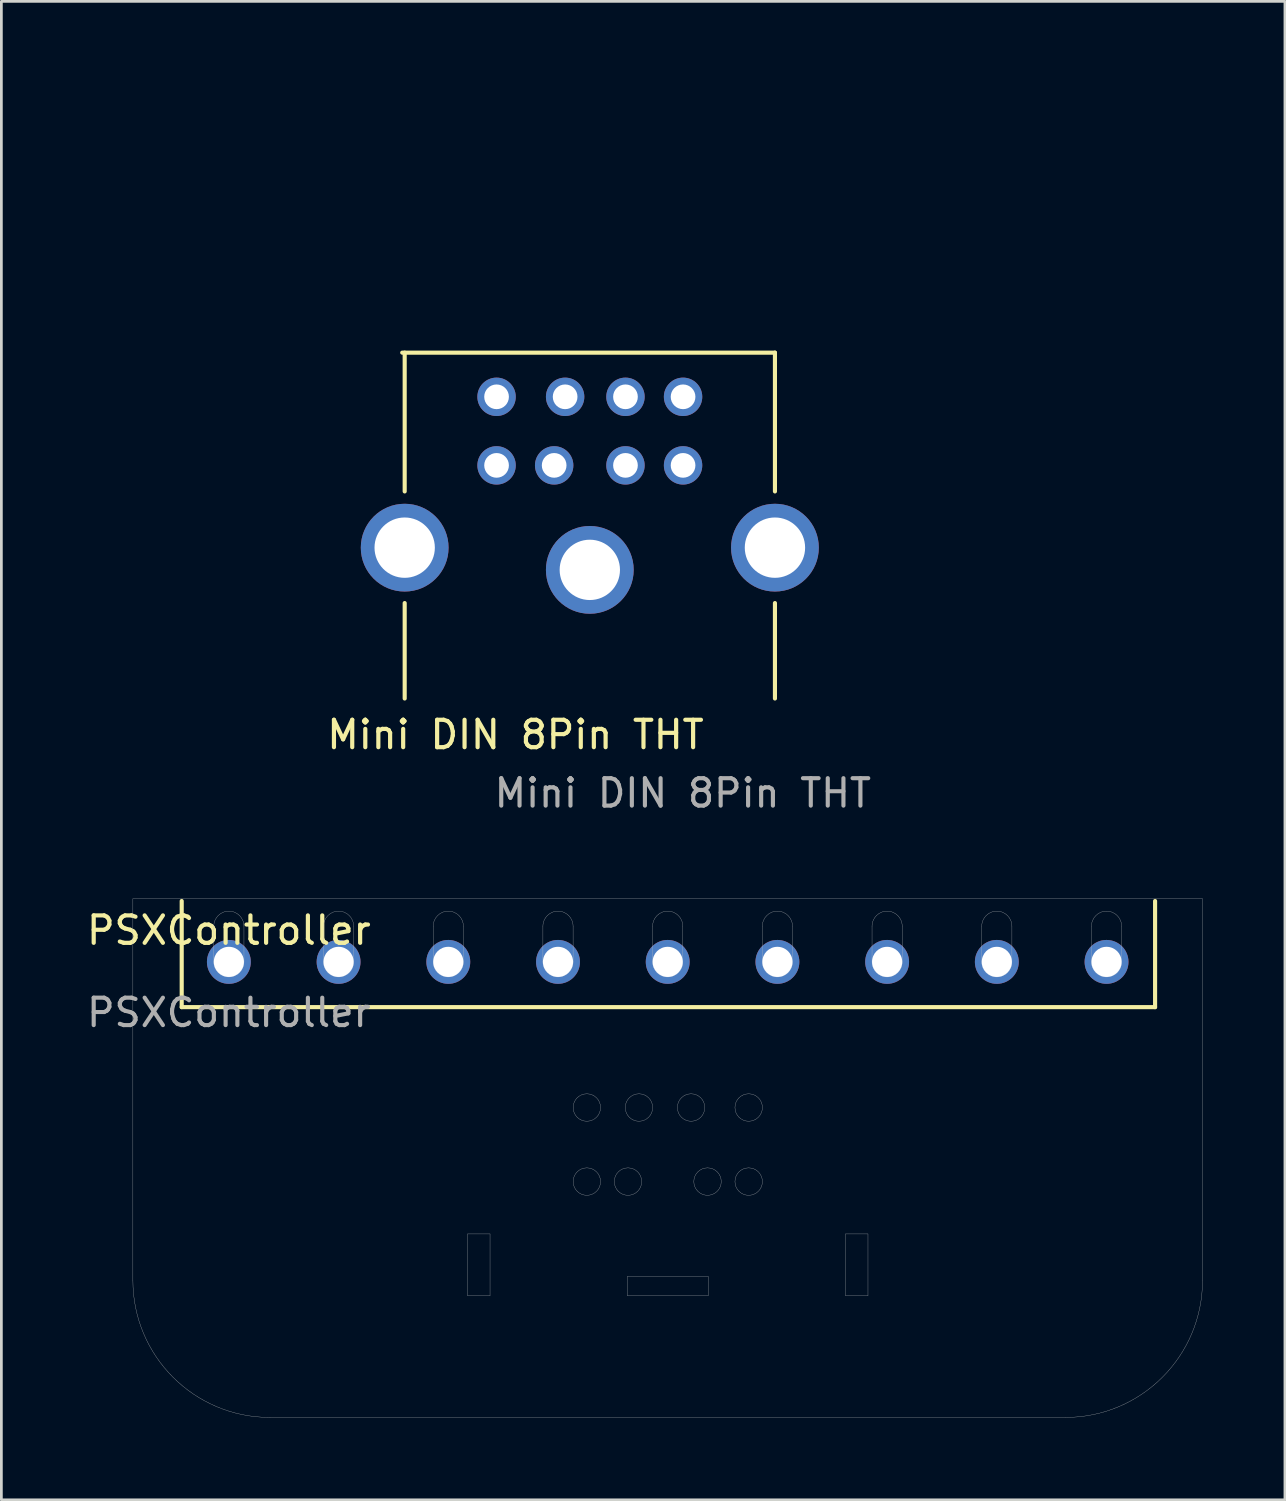
<source format=kicad_pcb>
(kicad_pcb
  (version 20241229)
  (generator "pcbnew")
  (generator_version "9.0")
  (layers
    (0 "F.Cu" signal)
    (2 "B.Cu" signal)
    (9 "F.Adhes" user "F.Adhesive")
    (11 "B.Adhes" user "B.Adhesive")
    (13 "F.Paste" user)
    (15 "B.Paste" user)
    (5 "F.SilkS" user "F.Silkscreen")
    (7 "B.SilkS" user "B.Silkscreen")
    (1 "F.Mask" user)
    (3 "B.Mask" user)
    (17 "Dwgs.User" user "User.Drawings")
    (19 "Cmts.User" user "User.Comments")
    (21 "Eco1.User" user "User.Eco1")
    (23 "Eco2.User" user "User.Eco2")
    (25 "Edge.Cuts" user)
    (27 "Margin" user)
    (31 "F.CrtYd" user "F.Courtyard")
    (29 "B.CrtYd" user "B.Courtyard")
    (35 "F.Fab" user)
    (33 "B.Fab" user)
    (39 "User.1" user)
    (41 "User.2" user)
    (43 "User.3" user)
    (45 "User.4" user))
  (footprint "PSXController"
    (layer "F.Cu")
    (at 5.295 31.371)
    (property "Reference" "PSXController" (at 0 -0.5 0) (unlocked yes) (layer "F.SilkS") (effects (font (size 1 1) (thickness 0.152))))
    (attr through_hole)
    (fp_line (start -1.72 -1.57) (end -1.72 2.3) (stroke (width 0.15) (type default)) (layer "F.SilkS"))
    (fp_line (start -1.72 2.3) (end 33.77 2.3) (stroke (width 0.15) (type default)) (layer "F.SilkS"))
    (fp_line (start 33.77 2.3) (end 33.77 -1.57) (stroke (width 0.15) (type default)) (layer "F.SilkS"))
    (fp_line (start -3.5 -1.65) (end -3.5 12.26) (stroke (width 0.01) (type default)) (layer "Dwgs.User"))
    (fp_line (start -0.55 0.65) (end -0.55 -0.65) (stroke (width 0.01) (type default)) (layer "Dwgs.User"))
    (fp_line (start 0.55 -0.65) (end 0.55 0.65) (stroke (width 0.01) (type default)) (layer "Dwgs.User"))
    (fp_line (start 1.5 17.26) (end 30.5 17.26) (stroke (width 0.01) (type default)) (layer "Dwgs.User"))
    (fp_line (start 3.45 0.65) (end 3.45 -0.65) (stroke (width 0.01) (type default)) (layer "Dwgs.User"))
    (fp_line (start 4.55 -0.65) (end 4.55 0.65) (stroke (width 0.01) (type default)) (layer "Dwgs.User"))
    (fp_line (start 7.45 0.65) (end 7.45 -0.65) (stroke (width 0.01) (type default)) (layer "Dwgs.User"))
    (fp_line (start 8.55 -0.65) (end 8.55 0.65) (stroke (width 0.01) (type default)) (layer "Dwgs.User"))
    (fp_line (start 8.702 10.57) (end 9.522 10.57) (stroke (width 0.01) (type default)) (layer "Dwgs.User"))
    (fp_line (start 8.702 12.82) (end 8.702 10.57) (stroke (width 0.01) (type default)) (layer "Dwgs.User"))
    (fp_line (start 9.522 10.57) (end 9.522 12.82) (stroke (width 0.01) (type default)) (layer "Dwgs.User"))
    (fp_line (start 9.522 12.82) (end 8.702 12.82) (stroke (width 0.01) (type default)) (layer "Dwgs.User"))
    (fp_line (start 11.45 0.65) (end 11.45 -0.65) (stroke (width 0.01) (type default)) (layer "Dwgs.User"))
    (fp_line (start 12.55 -0.65) (end 12.55 0.65) (stroke (width 0.01) (type default)) (layer "Dwgs.User"))
    (fp_line (start 14.527 12.12) (end 17.477 12.12) (stroke (width 0.01) (type default)) (layer "Dwgs.User"))
    (fp_line (start 14.527 12.82) (end 14.527 12.12) (stroke (width 0.01) (type default)) (layer "Dwgs.User"))
    (fp_line (start 15.45 0.65) (end 15.45 -0.65) (stroke (width 0.01) (type default)) (layer "Dwgs.User"))
    (fp_line (start 16.55 -0.65) (end 16.55 0.65) (stroke (width 0.01) (type default)) (layer "Dwgs.User"))
    (fp_line (start 17.477 12.12) (end 17.477 12.82) (stroke (width 0.01) (type default)) (layer "Dwgs.User"))
    (fp_line (start 17.477 12.82) (end 14.527 12.82) (stroke (width 0.01) (type default)) (layer "Dwgs.User"))
    (fp_line (start 19.45 0.65) (end 19.45 -0.65) (stroke (width 0.01) (type default)) (layer "Dwgs.User"))
    (fp_line (start 20.55 -0.65) (end 20.55 0.65) (stroke (width 0.01) (type default)) (layer "Dwgs.User"))
    (fp_line (start 22.482 10.57) (end 23.302 10.57) (stroke (width 0.01) (type default)) (layer "Dwgs.User"))
    (fp_line (start 22.482 12.82) (end 22.482 10.57) (stroke (width 0.01) (type default)) (layer "Dwgs.User"))
    (fp_line (start 23.302 10.57) (end 23.302 12.82) (stroke (width 0.01) (type default)) (layer "Dwgs.User"))
    (fp_line (start 23.302 12.82) (end 22.482 12.82) (stroke (width 0.01) (type default)) (layer "Dwgs.User"))
    (fp_line (start 23.45 0.65) (end 23.45 -0.65) (stroke (width 0.01) (type default)) (layer "Dwgs.User"))
    (fp_line (start 24.55 -0.65) (end 24.55 0.65) (stroke (width 0.01) (type default)) (layer "Dwgs.User"))
    (fp_line (start 27.45 0.65) (end 27.45 -0.65) (stroke (width 0.01) (type default)) (layer "Dwgs.User"))
    (fp_line (start 28.55 -0.65) (end 28.55 0.65) (stroke (width 0.01) (type default)) (layer "Dwgs.User"))
    (fp_line (start 31.45 0.65) (end 31.45 -0.65) (stroke (width 0.01) (type default)) (layer "Dwgs.User"))
    (fp_line (start 32.55 -0.65) (end 32.55 0.65) (stroke (width 0.01) (type default)) (layer "Dwgs.User"))
    (fp_line (start 35.5 -1.65) (end -3.5 -1.65) (stroke (width 0.01) (type default)) (layer "Dwgs.User"))
    (fp_line (start 35.5 12.26) (end 35.5 -1.65) (stroke (width 0.01) (type default)) (layer "Dwgs.User"))
    (fp_arc (start -0.55 -0.650003) (mid 0 -1.199996) (end 0.55 -0.650003) (stroke (width 0.01) (type default)) (layer "Dwgs.User"))
    (fp_arc (start 0.55 0.650004) (mid 0 1.200004) (end -0.55 0.650004) (stroke (width 0.01) (type default)) (layer "Dwgs.User"))
    (fp_arc (start 1.5 17.259597) (mid -2.035534 15.795131) (end -3.5 12.259597) (stroke (width 0.01) (type default)) (layer "Dwgs.User"))
    (fp_arc (start 3.45 -0.650003) (mid 4 -1.199996) (end 4.55 -0.650003) (stroke (width 0.01) (type default)) (layer "Dwgs.User"))
    (fp_arc (start 4.55 0.650004) (mid 4 1.200004) (end 3.45 0.650004) (stroke (width 0.01) (type default)) (layer "Dwgs.User"))
    (fp_arc (start 7.45 -0.650003) (mid 8 -1.199996) (end 8.55 -0.649993) (stroke (width 0.01) (type default)) (layer "Dwgs.User"))
    (fp_arc (start 8.55 0.650004) (mid 8 1.200004) (end 7.45 0.650004) (stroke (width 0.01) (type default)) (layer "Dwgs.User"))
    (fp_arc (start 11.45 -0.649993) (mid 12 -1.199996) (end 12.55 -0.649993) (stroke (width 0.01) (type default)) (layer "Dwgs.User"))
    (fp_arc (start 12.55 0.650004) (mid 12 1.200004) (end 11.45 0.650004) (stroke (width 0.01) (type default)) (layer "Dwgs.User"))
    (fp_arc (start 15.45 -0.649996) (mid 16 -1.199996) (end 16.55 -0.649996) (stroke (width 0.01) (type default)) (layer "Dwgs.User"))
    (fp_arc (start 16.55 0.650004) (mid 16 1.200004) (end 15.45 0.650004) (stroke (width 0.01) (type default)) (layer "Dwgs.User"))
    (fp_arc (start 19.45 -0.649996) (mid 20 -1.199996) (end 20.55 -0.649996) (stroke (width 0.01) (type default)) (layer "Dwgs.User"))
    (fp_arc (start 20.55 0.650004) (mid 20 1.200004) (end 19.45 0.650004) (stroke (width 0.01) (type default)) (layer "Dwgs.User"))
    (fp_arc (start 23.45 -0.649996) (mid 24 -1.199996) (end 24.55 -0.649996) (stroke (width 0.01) (type default)) (layer "Dwgs.User"))
    (fp_arc (start 24.55 0.650004) (mid 24 1.200004) (end 23.45 0.650004) (stroke (width 0.01) (type default)) (layer "Dwgs.User"))
    (fp_arc (start 27.45 -0.649996) (mid 28 -1.199996) (end 28.55 -0.649996) (stroke (width 0.01) (type default)) (layer "Dwgs.User"))
    (fp_arc (start 28.55 0.650004) (mid 28 1.200004) (end 27.45 0.650004) (stroke (width 0.01) (type default)) (layer "Dwgs.User"))
    (fp_arc (start 31.45 -0.649996) (mid 32 -1.199996) (end 32.55 -0.649996) (stroke (width 0.01) (type default)) (layer "Dwgs.User"))
    (fp_arc (start 32.55 0.650004) (mid 32 1.200004) (end 31.45 0.650004) (stroke (width 0.01) (type default)) (layer "Dwgs.User"))
    (fp_arc (start 35.5 12.259597) (mid 34.035534 15.795131) (end 30.499999 17.259597) (stroke (width 0.01) (type default)) (layer "Dwgs.User"))
    (fp_circle (center 13.052 5.96) (end 12.552 5.96) (stroke (width 0.01) (type default)) (fill no) (layer "Dwgs.User"))
    (fp_circle (center 13.052 8.66) (end 12.552 8.66) (stroke (width 0.01) (type default)) (fill no) (layer "Dwgs.User"))
    (fp_circle (center 14.552 8.66) (end 14.052 8.66) (stroke (width 0.01) (type default)) (fill no) (layer "Dwgs.User"))
    (fp_circle (center 14.952 5.96) (end 14.452 5.96) (stroke (width 0.01) (type default)) (fill no) (layer "Dwgs.User"))
    (fp_circle (center 16.852 5.96) (end 16.352 5.96) (stroke (width 0.01) (type default)) (fill no) (layer "Dwgs.User"))
    (fp_circle (center 17.452 8.66) (end 16.952 8.66) (stroke (width 0.01) (type default)) (fill no) (layer "Dwgs.User"))
    (fp_circle (center 18.952 5.96) (end 18.452 5.96) (stroke (width 0.01) (type default)) (fill no) (layer "Dwgs.User"))
    (fp_circle (center 18.952 8.66) (end 18.452 8.66) (stroke (width 0.01) (type default)) (fill no) (layer "Dwgs.User"))
    (fp_text user "${REFERENCE}" (at 0 2.5 0) (unlocked yes) (layer "F.Fab") (effects (font (size 1 1) (thickness 0.15))))
    (pad "1" thru_hole oval (at 32 0.65) (size 1.6 1.6) (drill oval 1.1) (layers "*.Cu" "*.Mask"))
    (pad "2" thru_hole oval (at 28 0.65) (size 1.6 1.6) (drill oval 1.1) (layers "*.Cu" "*.Mask"))
    (pad "3" thru_hole oval (at 24 0.65) (size 1.6 1.6) (drill oval 1.1) (layers "*.Cu" "*.Mask"))
    (pad "4" thru_hole oval (at 20 0.65) (size 1.6 1.6) (drill oval 1.1) (layers "*.Cu" "*.Mask"))
    (pad "5" thru_hole oval (at 16 0.65) (size 1.6 1.6) (drill oval 1.1) (layers "*.Cu" "*.Mask"))
    (pad "6" thru_hole oval (at 12 0.65) (size 1.6 1.6) (drill oval 1.1) (layers "*.Cu" "*.Mask"))
    (pad "7" thru_hole oval (at 8 0.65) (size 1.6 1.6) (drill oval 1.1) (layers "*.Cu" "*.Mask"))
    (pad "8" thru_hole oval (at 4 0.65) (size 1.6 1.6) (drill oval 1.1) (layers "*.Cu" "*.Mask"))
    (pad "9" thru_hole oval (at 0 0.65) (size 1.6 1.6) (drill oval 1.1) (layers "*.Cu" "*.Mask")))
  (footprint "Mini DIN 8Pin THT"
    (layer "F.Cu")
    (at 18.455 22.418)
    (property "Reference" "Mini DIN 8Pin THT" (at -2.71 1.32 0) (unlocked yes) (layer "F.SilkS") (effects (font (size 1 1) (thickness 0.152))))
    (attr through_hole)
    (fp_line (start -6.84 -12.61) (end 6.75 -12.61) (stroke (width 0.15) (type default)) (layer "F.SilkS"))
    (fp_line (start -6.75 -12.61) (end -6.75 -7.55) (stroke (width 0.15) (type default)) (layer "F.SilkS"))
    (fp_line (start -6.75 0) (end -6.75 -3.48) (stroke (width 0.15) (type default)) (layer "F.SilkS"))
    (fp_line (start 6.75 -12.61) (end 6.75 -7.55) (stroke (width 0.15) (type default)) (layer "F.SilkS"))
    (fp_line (start 6.75 0) (end 6.75 -3.48) (stroke (width 0.15) (type default)) (layer "F.SilkS"))
    (fp_line (start -6.482 0) (end 6.482 0) (stroke (width 0.15) (type dash)) (layer "Eco1.User"))
    (fp_text user "${REFERENCE}" (at 3.39 3.45 0) (unlocked yes) (layer "F.Fab") (effects (font (size 1 1) (thickness 0.15))))
    (dimension (type orthogonal) (layer "Eco1.User") (pts (xy 25.205 22.418) (xy 25.205 16.918)) (height -14.2) (orientation 1) (format (prefix "") (suffix "") (units 2) (units_format 1) (precision 4)) (style (thickness 0.15) (arrow_length 1.27) (text_position_mode 0) (arrow_direction outward) (extension_height 0.586) (extension_offset 0.5) (keep_text_aligned yes)) (gr_text "5.5000 mm" (at 9.855 19.668 90) (layer "Eco1.User") (effects (font (size 1 1) (thickness 0.15)))))
    (dimension (type orthogonal) (layer "Eco1.User") (pts (xy 18.455 22.418) (xy 17.155 22.418)) (height -17.68) (orientation 0) (format (prefix "") (suffix "") (units 2) (units_format 1) (precision 4)) (style (thickness 0.15) (arrow_length 1.27) (text_position_mode 0) (arrow_direction outward) (extension_height 0.586) (extension_offset 0.5) (keep_text_aligned yes)) (gr_text "1.3000 mm" (at 17.805 3.588 0) (layer "Eco1.User") (effects (font (size 1 1) (thickness 0.15)))))
    (dimension (type orthogonal) (layer "Eco1.User") (pts (xy 18.455 22.418) (xy 21.855 22.418)) (height -14.16) (orientation 0) (format (prefix "") (suffix "") (units 2) (units_format 1) (precision 4)) (style (thickness 0.15) (arrow_length 1.27) (text_position_mode 0) (arrow_direction outward) (extension_height 0.586) (extension_offset 0.5) (keep_text_aligned yes)) (gr_text "3.4000 mm" (at 20.155 7.108 0) (layer "Eco1.User") (effects (font (size 1 1) (thickness 0.15)))))
    (dimension (type orthogonal) (layer "Eco1.User") (pts (xy 32.775 22.418) (xy 32.775 11.418)) (height -26.69) (orientation 1) (format (prefix "") (suffix "") (units 2) (units_format 1) (precision 4)) (style (thickness 0.15) (arrow_length 1.27) (text_position_mode 0) (arrow_direction outward) (extension_height 0.586) (extension_offset 0.5) (keep_text_aligned yes)) (gr_text "11.0000 mm" (at 4.935 16.918 90) (layer "Eco1.User") (effects (font (size 1 1) (thickness 0.15)))))
    (dimension (type orthogonal) (layer "Eco1.User") (pts (xy 11.005 22.418) (xy 11.005 13.918)) (height 20.45) (orientation 1) (format (prefix "") (suffix "") (units 2) (units_format 1) (precision 4)) (style (thickness 0.15) (arrow_length 1.27) (text_position_mode 0) (arrow_direction outward) (extension_height 0.586) (extension_offset 0.5) (keep_text_aligned yes)) (gr_text "8.5000 mm" (at 30.305 18.168 90) (layer "Eco1.User") (effects (font (size 1 1) (thickness 0.15)))))
    (dimension (type orthogonal) (layer "Eco1.User") (pts (xy 17.555 22.418) (xy 18.455 22.418)) (height -20.42) (orientation 0) (format (prefix "") (suffix "") (units 2) (units_format 1) (precision 4)) (style (thickness 0.15) (arrow_length 1.27) (text_position_mode 0) (arrow_direction outward) (extension_height 0.586) (extension_offset 0.5) (keep_text_aligned yes)) (gr_text "0.9000 mm" (at 18.005 0.848 0) (layer "Eco1.User") (effects (font (size 1 1) (thickness 0.15)))))
    (dimension (type orthogonal) (layer "Eco1.User") (pts (xy 18.455 22.418) (xy 19.755 22.418)) (height -12.4) (orientation 0) (format (prefix "") (suffix "") (units 2) (units_format 1) (precision 4)) (style (thickness 0.15) (arrow_length 1.27) (text_position_mode 0) (arrow_direction outward) (extension_height 0.586) (extension_offset 0.5) (keep_text_aligned yes)) (gr_text "1.3000 mm" (at 19.105 8.868 0) (layer "Eco1.User") (effects (font (size 1 1) (thickness 0.15)))))
    (dimension (type orthogonal) (layer "Eco1.User") (pts (xy 18.455 22.418) (xy 15.055 22.418)) (height -16.05) (orientation 0) (format (prefix "") (suffix "") (units 2) (units_format 1) (precision 4)) (style (thickness 0.15) (arrow_length 1.27) (text_position_mode 0) (arrow_direction outward) (extension_height 0.586) (extension_offset 0.5) (keep_text_aligned yes)) (gr_text "3.4000 mm" (at 16.755 5.218 0) (layer "Eco1.User") (effects (font (size 1 1) (thickness 0.15)))))
    (dimension (type orthogonal) (layer "Eco1.User") (pts (xy 18.455 22.418) (xy 11.705 22.418)) (height -7.13) (orientation 0) (format (prefix "") (suffix "") (units 2) (units_format 1) (precision 4)) (style (thickness 0.15) (arrow_length 1.27) (text_position_mode 0) (arrow_direction outward) (extension_height 0.586) (extension_offset 0.5) (keep_text_aligned yes)) (gr_text "6.7500 mm" (at 15.08 14.138 0) (layer "Eco1.User") (effects (font (size 1 1) (thickness 0.15)))))
    (dimension (type orthogonal) (layer "Eco1.User") (pts (xy 18.455 22.418) (xy 18.455 17.718)) (height 8.79) (orientation 1) (format (prefix "") (suffix "") (units 2) (units_format 1) (precision 4)) (style (thickness 0.15) (arrow_length 1.27) (text_position_mode 0) (arrow_direction outward) (extension_height 0.586) (extension_offset 0.5) (keep_text_aligned yes)) (gr_text "4.7000 mm" (at 26.095 20.068 90) (layer "Eco1.User") (effects (font (size 1 1) (thickness 0.15)))))
    (pad "0" thru_hole circle (at -6.75 -5.5) (size 3.2 3.2) (drill 2.2) (layers "*.Cu" "*.Mask"))
    (pad "0" thru_hole circle (at 0 -4.69) (size 3.2 3.2) (drill 2.2) (layers "*.Cu" "*.Mask"))
    (pad "0" thru_hole circle (at 6.75 -5.5) (size 3.2 3.2) (drill 2.2) (layers "*.Cu" "*.Mask"))
    (pad "1" thru_hole circle (at 1.3 -8.5) (size 1.4 1.4) (drill 0.9) (layers "*.Cu" "*.Mask"))
    (pad "2" thru_hole circle (at -1.3 -8.5) (size 1.4 1.4) (drill 0.9) (layers "*.Cu" "*.Mask"))
    (pad "3" thru_hole circle (at 3.4 -8.5) (size 1.4 1.4) (drill 0.9) (layers "*.Cu" "*.Mask"))
    (pad "4" thru_hole circle (at 1.3 -11) (size 1.4 1.4) (drill 0.9) (layers "*.Cu" "*.Mask"))
    (pad "5" thru_hole circle (at -3.4 -8.5) (size 1.4 1.4) (drill 0.9) (layers "*.Cu" "*.Mask"))
    (pad "6" thru_hole circle (at 3.4 -11) (size 1.4 1.4) (drill 0.9) (layers "*.Cu" "*.Mask"))
    (pad "7" thru_hole circle (at -0.9 -11) (size 1.4 1.4) (drill 0.9) (layers "*.Cu" "*.Mask"))
    (pad "8" thru_hole circle (at -3.4 -11) (size 1.4 1.4) (drill 0.9) (layers "*.Cu" "*.Mask")))
  (gr_rect
    (start -3 -3)
    (end 43.8 51.636)
    (stroke (width 0.1) (type default))
    (fill no)
    (layer "Edge.Cuts")))
</source>
